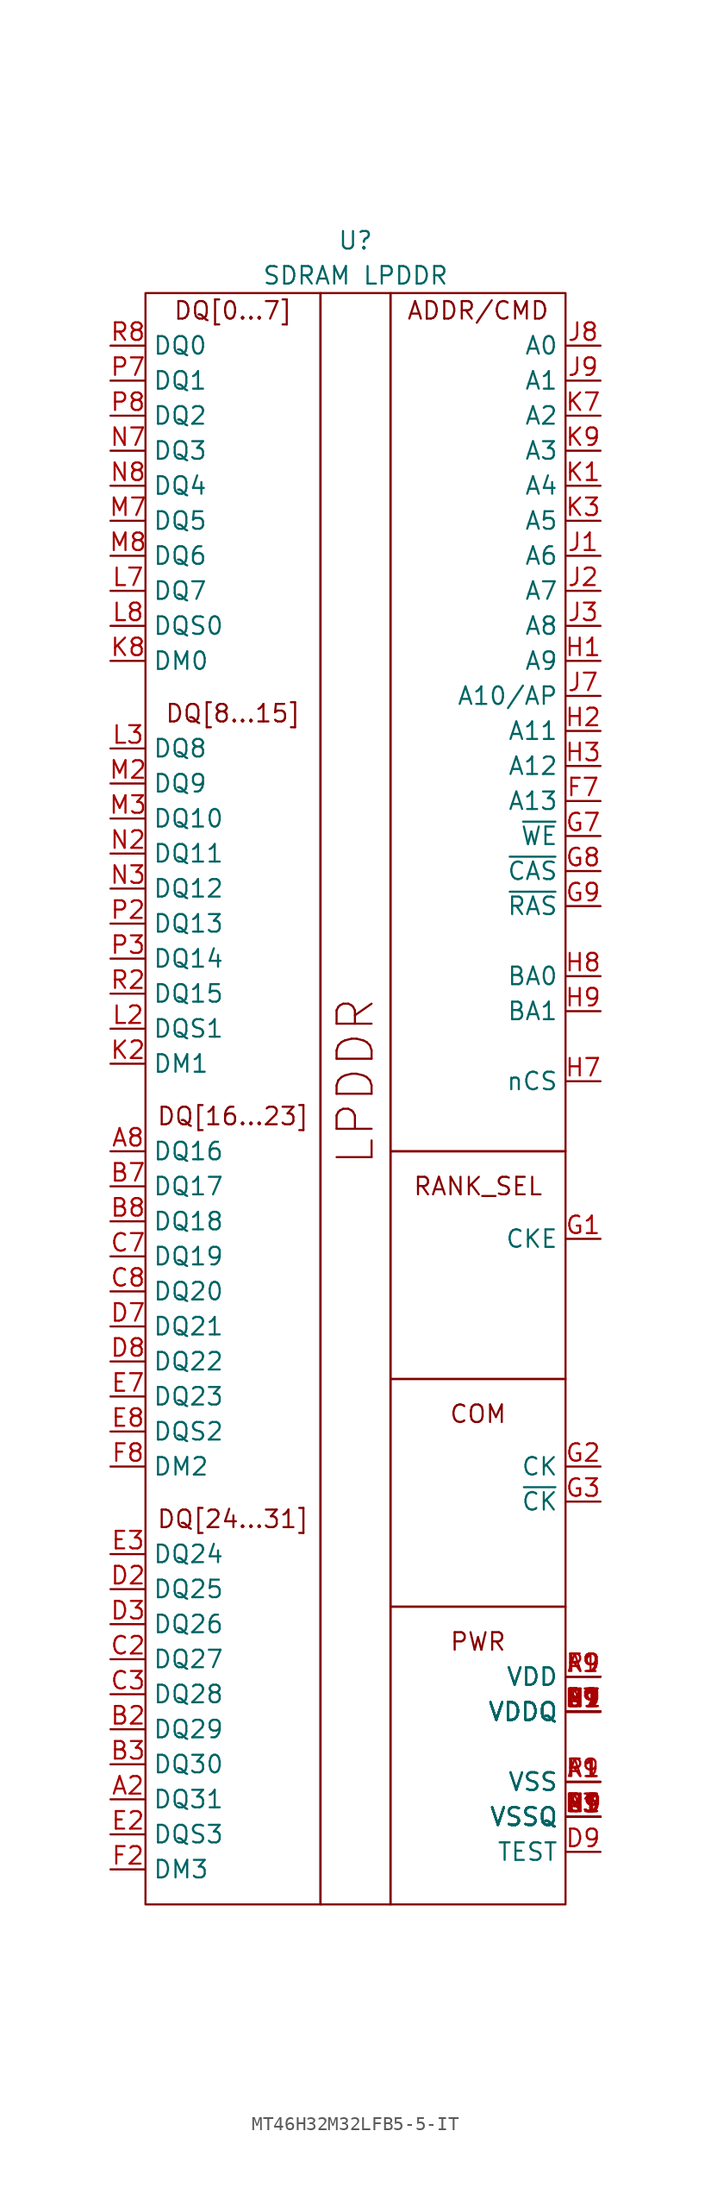
<source format=kicad_sym>
(kicad_symbol_lib
  (version 20241209)
  (generator "kicad_symbol_editor")
  (generator_version "9.0")
  (symbol "MT46H32M32LFB5-5-IT"
    (property "Reference" "U"
      (at 0 20.32 0)
      (effects (font (size 1.27 1.27))))
    (property "Value" "SDRAM LPDDR"
      (at 0 17.78 0)
      (effects (font (size 1.27 1.27))))
    (symbol "MT46H32M32LFB5-5-IT_0_0"
      (pin bidirectional line (at -17.78 12.7 0) (length 2.54) (name "DQ0" (effects (font (size 1.27 1.27)))) (number "R8" (effects (font (size 1.27 1.27)))))
      (pin bidirectional line (at -17.78 10.16 0) (length 2.54) (name "DQ1" (effects (font (size 1.27 1.27)))) (number "P7" (effects (font (size 1.27 1.27)))))
      (pin bidirectional line (at -17.78 7.62 0) (length 2.54) (name "DQ2" (effects (font (size 1.27 1.27)))) (number "P8" (effects (font (size 1.27 1.27)))))
      (pin bidirectional line (at -17.78 5.08 0) (length 2.54) (name "DQ3" (effects (font (size 1.27 1.27)))) (number "N7" (effects (font (size 1.27 1.27)))))
      (pin bidirectional line (at -17.78 2.54 0) (length 2.54) (name "DQ4" (effects (font (size 1.27 1.27)))) (number "N8" (effects (font (size 1.27 1.27)))))
      (pin bidirectional line (at -17.78 0 0) (length 2.54) (name "DQ5" (effects (font (size 1.27 1.27)))) (number "M7" (effects (font (size 1.27 1.27)))))
      (pin bidirectional line (at -17.78 -2.54 0) (length 2.54) (name "DQ6" (effects (font (size 1.27 1.27)))) (number "M8" (effects (font (size 1.27 1.27)))))
      (pin bidirectional line (at -17.78 -5.08 0) (length 2.54) (name "DQ7" (effects (font (size 1.27 1.27)))) (number "L7" (effects (font (size 1.27 1.27)))))
      (pin bidirectional line (at -17.78 -7.62 0) (length 2.54) (name "DQS0" (effects (font (size 1.27 1.27)))) (number "L8" (effects (font (size 1.27 1.27)))))
      (pin input line (at -17.78 -10.16 0) (length 2.54) (name "DM0" (effects (font (size 1.27 1.27)))) (number "K8" (effects (font (size 1.27 1.27)))))
      (pin bidirectional line (at -17.78 -16.51 0) (length 2.54) (name "DQ8" (effects (font (size 1.27 1.27)))) (number "L3" (effects (font (size 1.27 1.27)))))
      (pin bidirectional line (at -17.78 -19.05 0) (length 2.54) (name "DQ9" (effects (font (size 1.27 1.27)))) (number "M2" (effects (font (size 1.27 1.27)))))
      (pin bidirectional line (at -17.78 -21.59 0) (length 2.54) (name "DQ10" (effects (font (size 1.27 1.27)))) (number "M3" (effects (font (size 1.27 1.27)))))
      (pin bidirectional line (at -17.78 -24.13 0) (length 2.54) (name "DQ11" (effects (font (size 1.27 1.27)))) (number "N2" (effects (font (size 1.27 1.27)))))
      (pin bidirectional line (at -17.78 -26.67 0) (length 2.54) (name "DQ12" (effects (font (size 1.27 1.27)))) (number "N3" (effects (font (size 1.27 1.27)))))
      (pin bidirectional line (at -17.78 -29.21 0) (length 2.54) (name "DQ13" (effects (font (size 1.27 1.27)))) (number "P2" (effects (font (size 1.27 1.27)))))
      (pin bidirectional line (at -17.78 -31.75 0) (length 2.54) (name "DQ14" (effects (font (size 1.27 1.27)))) (number "P3" (effects (font (size 1.27 1.27)))))
      (pin bidirectional line (at -17.78 -34.29 0) (length 2.54) (name "DQ15" (effects (font (size 1.27 1.27)))) (number "R2" (effects (font (size 1.27 1.27)))))
      (pin bidirectional line (at -17.78 -36.83 0) (length 2.54) (name "DQS1" (effects (font (size 1.27 1.27)))) (number "L2" (effects (font (size 1.27 1.27)))))
      (pin input line (at -17.78 -39.37 0) (length 2.54) (name "DM1" (effects (font (size 1.27 1.27)))) (number "K2" (effects (font (size 1.27 1.27)))))
      (pin bidirectional line (at -17.78 -45.72 0) (length 2.54) (name "DQ16" (effects (font (size 1.27 1.27)))) (number "A8" (effects (font (size 1.27 1.27)))))
      (pin bidirectional line (at -17.78 -48.26 0) (length 2.54) (name "DQ17" (effects (font (size 1.27 1.27)))) (number "B7" (effects (font (size 1.27 1.27)))))
      (pin bidirectional line (at -17.78 -50.8 0) (length 2.54) (name "DQ18" (effects (font (size 1.27 1.27)))) (number "B8" (effects (font (size 1.27 1.27)))))
      (pin bidirectional line (at -17.78 -53.34 0) (length 2.54) (name "DQ19" (effects (font (size 1.27 1.27)))) (number "C7" (effects (font (size 1.27 1.27)))))
      (pin bidirectional line (at -17.78 -55.88 0) (length 2.54) (name "DQ20" (effects (font (size 1.27 1.27)))) (number "C8" (effects (font (size 1.27 1.27)))))
      (pin bidirectional line (at -17.78 -58.42 0) (length 2.54) (name "DQ21" (effects (font (size 1.27 1.27)))) (number "D7" (effects (font (size 1.27 1.27)))))
      (pin bidirectional line (at -17.78 -60.96 0) (length 2.54) (name "DQ22" (effects (font (size 1.27 1.27)))) (number "D8" (effects (font (size 1.27 1.27)))))
      (pin bidirectional line (at -17.78 -63.5 0) (length 2.54) (name "DQ23" (effects (font (size 1.27 1.27)))) (number "E7" (effects (font (size 1.27 1.27)))))
      (pin bidirectional line (at -17.78 -66.04 0) (length 2.54) (name "DQS2" (effects (font (size 1.27 1.27)))) (number "E8" (effects (font (size 1.27 1.27)))))
      (pin input line (at -17.78 -68.58 0) (length 2.54) (name "DM2" (effects (font (size 1.27 1.27)))) (number "F8" (effects (font (size 1.27 1.27)))))
      (pin bidirectional line (at -17.78 -74.93 0) (length 2.54) (name "DQ24" (effects (font (size 1.27 1.27)))) (number "E3" (effects (font (size 1.27 1.27)))))
      (pin bidirectional line (at -17.78 -77.47 0) (length 2.54) (name "DQ25" (effects (font (size 1.27 1.27)))) (number "D2" (effects (font (size 1.27 1.27)))))
      (pin bidirectional line (at -17.78 -80.01 0) (length 2.54) (name "DQ26" (effects (font (size 1.27 1.27)))) (number "D3" (effects (font (size 1.27 1.27)))))
      (pin bidirectional line (at -17.78 -82.55 0) (length 2.54) (name "DQ27" (effects (font (size 1.27 1.27)))) (number "C2" (effects (font (size 1.27 1.27)))))
      (pin bidirectional line (at -17.78 -85.09 0) (length 2.54) (name "DQ28" (effects (font (size 1.27 1.27)))) (number "C3" (effects (font (size 1.27 1.27)))))
      (pin bidirectional line (at -17.78 -87.63 0) (length 2.54) (name "DQ29" (effects (font (size 1.27 1.27)))) (number "B2" (effects (font (size 1.27 1.27)))))
      (pin bidirectional line (at -17.78 -90.17 0) (length 2.54) (name "DQ30" (effects (font (size 1.27 1.27)))) (number "B3" (effects (font (size 1.27 1.27)))))
      (pin bidirectional line (at -17.78 -92.71 0) (length 2.54) (name "DQ31" (effects (font (size 1.27 1.27)))) (number "A2" (effects (font (size 1.27 1.27)))))
      (pin bidirectional line (at -17.78 -95.25 0) (length 2.54) (name "DQS3" (effects (font (size 1.27 1.27)))) (number "E2" (effects (font (size 1.27 1.27)))))
      (pin input line (at -17.78 -97.79 0) (length 2.54) (name "DM3" (effects (font (size 1.27 1.27)))) (number "F2" (effects (font (size 1.27 1.27)))))
      (pin input line (at 17.78 12.7 180) (length 2.54) (name "A0" (effects (font (size 1.27 1.27)))) (number "J8" (effects (font (size 1.27 1.27)))))
      (pin input line (at 17.78 10.16 180) (length 2.54) (name "A1" (effects (font (size 1.27 1.27)))) (number "J9" (effects (font (size 1.27 1.27)))))
      (pin input line (at 17.78 7.62 180) (length 2.54) (name "A2" (effects (font (size 1.27 1.27)))) (number "K7" (effects (font (size 1.27 1.27)))))
      (pin input line (at 17.78 5.08 180) (length 2.54) (name "A3" (effects (font (size 1.27 1.27)))) (number "K9" (effects (font (size 1.27 1.27)))))
      (pin input line (at 17.78 2.54 180) (length 2.54) (name "A4" (effects (font (size 1.27 1.27)))) (number "K1" (effects (font (size 1.27 1.27)))))
      (pin input line (at 17.78 0 180) (length 2.54) (name "A5" (effects (font (size 1.27 1.27)))) (number "K3" (effects (font (size 1.27 1.27)))))
      (pin input line (at 17.78 -2.54 180) (length 2.54) (name "A6" (effects (font (size 1.27 1.27)))) (number "J1" (effects (font (size 1.27 1.27)))))
      (pin input line (at 17.78 -5.08 180) (length 2.54) (name "A7" (effects (font (size 1.27 1.27)))) (number "J2" (effects (font (size 1.27 1.27)))))
      (pin input line (at 17.78 -7.62 180) (length 2.54) (name "A8" (effects (font (size 1.27 1.27)))) (number "J3" (effects (font (size 1.27 1.27)))))
      (pin input line (at 17.78 -10.16 180) (length 2.54) (name "A9" (effects (font (size 1.27 1.27)))) (number "H1" (effects (font (size 1.27 1.27)))))
      (pin input line (at 17.78 -12.7 180) (length 2.54) (name "A10/AP" (effects (font (size 1.27 1.27)))) (number "J7" (effects (font (size 1.27 1.27)))))
      (pin input line (at 17.78 -15.24 180) (length 2.54) (name "A11" (effects (font (size 1.27 1.27)))) (number "H2" (effects (font (size 1.27 1.27)))))
      (pin input line (at 17.78 -17.78 180) (length 2.54) (name "A12" (effects (font (size 1.27 1.27)))) (number "H3" (effects (font (size 1.27 1.27)))))
      (pin input line (at 17.78 -20.32 180) (length 2.54) (name "A13" (effects (font (size 1.27 1.27)))) (number "F7" (effects (font (size 1.27 1.27)))))
      (pin input line (at 17.78 -33.02 180) (length 2.54) (name "BA0" (effects (font (size 1.27 1.27)))) (number "H8" (effects (font (size 1.27 1.27)))))
      (pin input line (at 17.78 -35.56 180) (length 2.54) (name "BA1" (effects (font (size 1.27 1.27)))) (number "H9" (effects (font (size 1.27 1.27)))))
      (pin input line (at 17.78 -52.07 180) (length 2.54) (name "CKE" (effects (font (size 1.27 1.27)))) (number "G1" (effects (font (size 1.27 1.27)))))
      (pin input line (at 17.78 -68.58 180) (length 2.54) (name "CK" (effects (font (size 1.27 1.27)))) (number "G2" (effects (font (size 1.27 1.27)))))
      (pin power_in line (at 17.78 -83.82 180) (length 2.54) (name "VDD" (effects (font (size 1.27 1.27)))) (number "A9" (effects (font (size 1.27 1.27)))))
      (pin power_in line (at 17.78 -83.82 180) (length 2.54) (name "VDD" (effects (font (size 1.27 1.27)))) (number "F1" (effects (font (size 1.27 1.27)))))
      (pin power_in line (at 17.78 -83.82 180) (length 2.54) (name "VDD" (effects (font (size 1.27 1.27)))) (number "R9" (effects (font (size 1.27 1.27)))))
      (pin power_in line (at 17.78 -86.36 180) (length 2.54) (name "VDDQ" (effects (font (size 1.27 1.27)))) (number "A7" (effects (font (size 1.27 1.27)))))
      (pin power_in line (at 17.78 -86.36 180) (length 2.54) (name "VDDQ" (effects (font (size 1.27 1.27)))) (number "B1" (effects (font (size 1.27 1.27)))))
      (pin power_in line (at 17.78 -86.36 180) (length 2.54) (name "VDDQ" (effects (font (size 1.27 1.27)))) (number "C9" (effects (font (size 1.27 1.27)))))
      (pin power_in line (at 17.78 -86.36 180) (length 2.54) (name "VDDQ" (effects (font (size 1.27 1.27)))) (number "D1" (effects (font (size 1.27 1.27)))))
      (pin power_in line (at 17.78 -86.36 180) (length 2.54) (name "VDDQ" (effects (font (size 1.27 1.27)))) (number "E9" (effects (font (size 1.27 1.27)))))
      (pin power_in line (at 17.78 -86.36 180) (length 2.54) (name "VDDQ" (effects (font (size 1.27 1.27)))) (number "L9" (effects (font (size 1.27 1.27)))))
      (pin power_in line (at 17.78 -86.36 180) (length 2.54) (name "VDDQ" (effects (font (size 1.27 1.27)))) (number "M1" (effects (font (size 1.27 1.27)))))
      (pin power_in line (at 17.78 -86.36 180) (length 2.54) (name "VDDQ" (effects (font (size 1.27 1.27)))) (number "N9" (effects (font (size 1.27 1.27)))))
      (pin power_in line (at 17.78 -86.36 180) (length 2.54) (name "VDDQ" (effects (font (size 1.27 1.27)))) (number "P1" (effects (font (size 1.27 1.27)))))
      (pin power_in line (at 17.78 -86.36 180) (length 2.54) (name "VDDQ" (effects (font (size 1.27 1.27)))) (number "R7" (effects (font (size 1.27 1.27)))))
      (pin power_in line (at 17.78 -91.44 180) (length 2.54) (name "VSS" (effects (font (size 1.27 1.27)))) (number "A1" (effects (font (size 1.27 1.27)))))
      (pin power_in line (at 17.78 -91.44 180) (length 2.54) (name "VSS" (effects (font (size 1.27 1.27)))) (number "F9" (effects (font (size 1.27 1.27)))))
      (pin power_in line (at 17.78 -91.44 180) (length 2.54) (name "VSS" (effects (font (size 1.27 1.27)))) (number "R1" (effects (font (size 1.27 1.27)))))
      (pin power_in line (at 17.78 -93.98 180) (length 2.54) (name "VSSQ" (effects (font (size 1.27 1.27)))) (number "A3" (effects (font (size 1.27 1.27)))))
      (pin power_in line (at 17.78 -93.98 180) (length 2.54) (name "VSSQ" (effects (font (size 1.27 1.27)))) (number "B9" (effects (font (size 1.27 1.27)))))
      (pin power_in line (at 17.78 -93.98 180) (length 2.54) (name "VSSQ" (effects (font (size 1.27 1.27)))) (number "C1" (effects (font (size 1.27 1.27)))))
      (pin power_in line (at 17.78 -93.98 180) (length 2.54) (name "VSSQ" (effects (font (size 1.27 1.27)))) (number "E1" (effects (font (size 1.27 1.27)))))
      (pin power_in line (at 17.78 -93.98 180) (length 2.54) (name "VSSQ" (effects (font (size 1.27 1.27)))) (number "L1" (effects (font (size 1.27 1.27)))))
      (pin power_in line (at 17.78 -93.98 180) (length 2.54) (name "VSSQ" (effects (font (size 1.27 1.27)))) (number "M9" (effects (font (size 1.27 1.27)))))
      (pin power_in line (at 17.78 -93.98 180) (length 2.54) (name "VSSQ" (effects (font (size 1.27 1.27)))) (number "N1" (effects (font (size 1.27 1.27)))))
      (pin power_in line (at 17.78 -93.98 180) (length 2.54) (name "VSSQ" (effects (font (size 1.27 1.27)))) (number "P9" (effects (font (size 1.27 1.27)))))
      (pin power_in line (at 17.78 -93.98 180) (length 2.54) (name "VSSQ" (effects (font (size 1.27 1.27)))) (number "R3" (effects (font (size 1.27 1.27)))))
      (pin input line (at 17.78 -96.52 180) (length 2.54) (name "TEST" (effects (font (size 1.27 1.27)))) (number "D9" (effects (font (size 1.27 1.27))))))
    (symbol "MT46H32M32LFB5-5-IT_0_1"
      (rectangle (start -15.24 16.51) (end -2.54 -100.33) (stroke (width 0) (type default)) (fill (type none)))
      (rectangle (start -2.54 16.51) (end 2.54 -100.33) (stroke (width 0) (type default)) (fill (type none)))
      (rectangle (start 2.54 16.51) (end 15.24 -45.72) (stroke (width 0) (type default)) (fill (type none)))
      (rectangle (start 2.54 -45.72) (end 15.24 -62.23) (stroke (width 0) (type default)) (fill (type none)))
      (rectangle (start 2.54 -62.23) (end 15.24 -78.74) (stroke (width 0) (type default)) (fill (type none)))
      (rectangle (start 2.54 -78.74) (end 15.24 -100.33) (stroke (width 0) (type default)) (fill (type none))))
    (symbol "MT46H32M32LFB5-5-IT_1_0"
      (pin no_connect line (at 0 -102.87 90) (length 2.54) (hide yes) (name "NC" (effects (font (size 1.27 1.27)))) (number "F3" (effects (font (size 1.27 1.27)))))
      (pin input line (at 17.78 -22.86 180) (length 2.54) (name "~{WE}" (effects (font (size 1.27 1.27)))) (number "G7" (effects (font (size 1.27 1.27)))))
      (pin input line (at 17.78 -25.4 180) (length 2.54) (name "~{CAS}" (effects (font (size 1.27 1.27)))) (number "G8" (effects (font (size 1.27 1.27)))))
      (pin input line (at 17.78 -27.94 180) (length 2.54) (name "~{RAS}" (effects (font (size 1.27 1.27)))) (number "G9" (effects (font (size 1.27 1.27)))))
      (pin input line (at 17.78 -40.64 180) (length 2.54) (name "nCS" (effects (font (size 1.27 1.27)))) (number "H7" (effects (font (size 1.27 1.27)))))
      (pin input line (at 17.78 -71.12 180) (length 2.54) (name "~{CK}" (effects (font (size 1.27 1.27)))) (number "G3" (effects (font (size 1.27 1.27))))))
    (symbol "MT46H32M32LFB5-5-IT_1_1"
      (text "DQ[0...7]" (at -8.89 15.24 0) (effects (font (size 1.27 1.27))))
      (text "DQ[8...15]" (at -8.89 -13.97 0) (effects (font (size 1.27 1.27))))
      (text "DQ[16...23]" (at -8.89 -43.18 0) (effects (font (size 1.27 1.27))))
      (text "DQ[24...31]" (at -8.89 -72.39 0) (effects (font (size 1.27 1.27))))
      (text "LPDDR" (at 0 -40.64 900) (effects (font (size 2.54 2.54))))
      (text "ADDR/CMD" (at 8.89 15.24 0) (effects (font (size 1.27 1.27))))
      (text "RANK_SEL" (at 8.89 -48.26 0) (effects (font (size 1.27 1.27))))
      (text "COM" (at 8.89 -64.77 0) (effects (font (size 1.27 1.27))))
      (text "PWR" (at 8.89 -81.28 0) (effects (font (size 1.27 1.27)))))))
</source>
